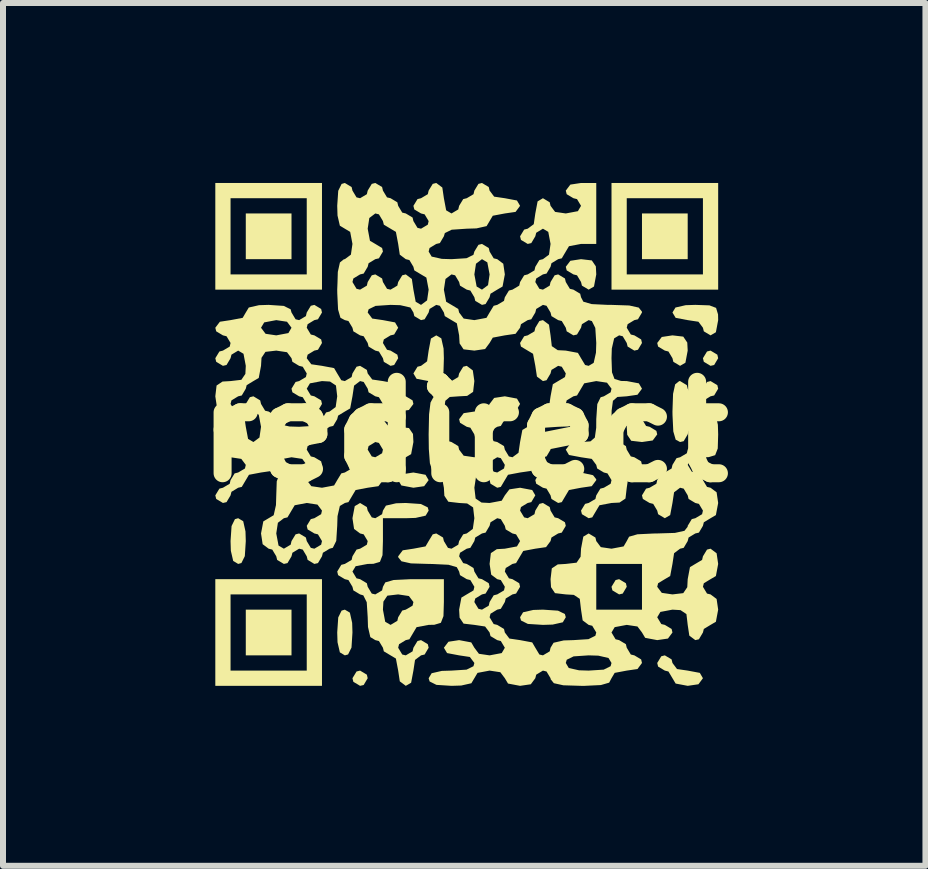
<source format=kicad_pcb>
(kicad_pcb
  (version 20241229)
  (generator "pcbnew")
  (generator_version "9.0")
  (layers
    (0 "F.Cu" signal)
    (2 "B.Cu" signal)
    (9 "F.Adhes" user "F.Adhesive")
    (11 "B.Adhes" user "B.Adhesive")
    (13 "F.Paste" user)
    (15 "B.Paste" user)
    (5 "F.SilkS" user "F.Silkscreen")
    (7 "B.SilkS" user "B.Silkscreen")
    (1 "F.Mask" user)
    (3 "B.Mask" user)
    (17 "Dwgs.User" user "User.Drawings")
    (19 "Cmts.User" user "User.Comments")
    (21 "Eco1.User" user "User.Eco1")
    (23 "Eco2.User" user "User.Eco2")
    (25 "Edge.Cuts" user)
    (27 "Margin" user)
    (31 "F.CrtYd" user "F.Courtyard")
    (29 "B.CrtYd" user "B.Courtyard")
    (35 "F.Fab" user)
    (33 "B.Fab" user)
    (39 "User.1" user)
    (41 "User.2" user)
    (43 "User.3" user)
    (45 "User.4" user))
  (footprint "redirect"
    (layer "F.Cu")
    (at 4.688 4.149)
    (property "Reference" "redirect" (at 0 0 0) (layer "F.SilkS") (effects (font (size 1.524 1.524) (thickness 0.3))))
    (attr board_only exclude_from_pos_files exclude_from_bom)
    (fp_poly (pts (xy -2.879 -2.879) (xy -3.641 -2.879) (xy -3.641 -3.641) (xy -2.879 -3.641)) (stroke (width 0) (type solid)) (fill yes) (layer "F.SilkS"))
    (fp_poly (pts (xy -2.879 3.725) (xy -3.641 3.725) (xy -3.641 2.963) (xy -2.879 2.963)) (stroke (width 0) (type solid)) (fill yes) (layer "F.SilkS"))
    (fp_poly (pts (xy 3.725 -2.879) (xy 2.963 -2.879) (xy 2.963 -3.641) (xy 3.725 -3.641)) (stroke (width 0) (type solid)) (fill yes) (layer "F.SilkS"))
    (fp_poly (pts (xy -1.623 4.047) (xy -1.609 4.106) (xy -1.676 4.219) (xy -1.736 4.233) (xy -1.848 4.166) (xy -1.863 4.106) (xy -1.795 3.994) (xy -1.736 3.979)) (stroke (width 0) (type solid)) (fill yes) (layer "F.SilkS"))
    (fp_poly (pts (xy -0.645 0.715) (xy -0.593 0.804) (xy -0.668 0.905) (xy -0.847 0.931) (xy -1.048 0.893) (xy -1.101 0.804) (xy -1.025 0.704) (xy -0.847 0.677)) (stroke (width 0) (type solid)) (fill yes) (layer "F.SilkS"))
    (fp_poly (pts (xy 2.695 2.523) (xy 2.709 2.582) (xy 2.642 2.695) (xy 2.582 2.709) (xy 2.47 2.642) (xy 2.455 2.582) (xy 2.523 2.47) (xy 2.582 2.455)) (stroke (width 0) (type solid)) (fill yes) (layer "F.SilkS"))
    (fp_poly (pts (xy 4.219 -1.287) (xy 4.233 -1.228) (xy 4.166 -1.115) (xy 4.106 -1.101) (xy 3.994 -1.168) (xy 3.979 -1.228) (xy 4.047 -1.34) (xy 4.106 -1.355)) (stroke (width 0) (type solid)) (fill yes) (layer "F.SilkS"))
    (fp_poly (pts (xy -2.371 -2.371) (xy -4.149 -2.371) (xy -4.149 -2.625) (xy -3.895 -2.625) (xy -2.625 -2.625) (xy -2.625 -3.895) (xy -3.895 -3.895) (xy -3.895 -2.625) (xy -4.149 -2.625) (xy -4.149 -4.149) (xy -2.371 -4.149)) (stroke (width 0) (type solid)) (fill yes) (layer "F.SilkS"))
    (fp_poly (pts (xy -2.371 4.233) (xy -4.149 4.233) (xy -4.149 3.979) (xy -3.895 3.979) (xy -2.625 3.979) (xy -2.625 2.709) (xy -3.895 2.709) (xy -3.895 3.979) (xy -4.149 3.979) (xy -4.149 2.455) (xy -2.371 2.455)) (stroke (width 0) (type solid)) (fill yes) (layer "F.SilkS"))
    (fp_poly (pts (xy 4.233 -2.371) (xy 2.455 -2.371) (xy 2.455 -2.625) (xy 2.709 -2.625) (xy 3.979 -2.625) (xy 3.979 -3.895) (xy 2.709 -3.895) (xy 2.709 -2.625) (xy 2.455 -2.625) (xy 2.455 -4.149) (xy 4.233 -4.149)) (stroke (width 0) (type solid)) (fill yes) (layer "F.SilkS"))
    (fp_poly (pts (xy -3.684 1.489) (xy -3.646 1.659) (xy -3.641 1.82) (xy -3.657 2.071) (xy -3.714 2.186) (xy -3.768 2.201) (xy -3.851 2.151) (xy -3.89 1.982) (xy -3.895 1.82) (xy -3.878 1.569) (xy -3.822 1.455) (xy -3.768 1.439)) (stroke (width 0) (type solid)) (fill yes) (layer "F.SilkS"))
    (fp_poly (pts (xy -1.906 3.013) (xy -1.868 3.183) (xy -1.863 3.344) (xy -1.879 3.595) (xy -1.936 3.71) (xy -1.99 3.725) (xy -2.073 3.675) (xy -2.112 3.506) (xy -2.117 3.344) (xy -2.1 3.093) (xy -2.044 2.979) (xy -1.99 2.963)) (stroke (width 0) (type solid)) (fill yes) (layer "F.SilkS"))
    (fp_poly (pts (xy 1.563 2.98) (xy 1.678 3.036) (xy 1.693 3.09) (xy 1.643 3.174) (xy 1.474 3.212) (xy 1.312 3.217) (xy 1.061 3.201) (xy 0.947 3.144) (xy 0.931 3.09) (xy 0.981 3.007) (xy 1.151 2.968) (xy 1.312 2.963)) (stroke (width 0) (type solid)) (fill yes) (layer "F.SilkS"))
    (fp_poly (pts (xy 2.127 -2.858) (xy 2.194 -2.759) (xy 2.201 -2.625) (xy 2.163 -2.423) (xy 2.074 -2.371) (xy 1.962 -2.438) (xy 1.947 -2.498) (xy 1.88 -2.61) (xy 1.82 -2.625) (xy 1.708 -2.692) (xy 1.693 -2.752) (xy 1.769 -2.852) (xy 1.947 -2.879)) (stroke (width 0) (type solid)) (fill yes) (layer "F.SilkS"))
    (fp_poly (pts (xy 2.949 -0.271) (xy 2.963 -0.212) (xy 3.031 -0.099) (xy 3.09 -0.085) (xy 3.203 -0.017) (xy 3.217 0.042) (xy 3.142 0.143) (xy 2.963 0.169) (xy 2.783 0.148) (xy 2.717 0.049) (xy 2.709 -0.085) (xy 2.747 -0.286) (xy 2.836 -0.339)) (stroke (width 0) (type solid)) (fill yes) (layer "F.SilkS"))
    (fp_poly (pts (xy 3.651 -1.588) (xy 3.718 -1.489) (xy 3.725 -1.355) (xy 3.687 -1.153) (xy 3.598 -1.101) (xy 3.486 -1.168) (xy 3.471 -1.228) (xy 3.404 -1.34) (xy 3.344 -1.355) (xy 3.232 -1.422) (xy 3.217 -1.482) (xy 3.293 -1.582) (xy 3.471 -1.609)) (stroke (width 0) (type solid)) (fill yes) (layer "F.SilkS"))
    (fp_poly (pts (xy -0.382 -1.559) (xy -0.344 -1.389) (xy -0.339 -1.228) (xy -0.346 -0.993) (xy -0.389 -0.882) (xy -0.497 -0.849) (xy -0.593 -0.847) (xy -0.794 -0.885) (xy -0.847 -0.974) (xy -0.779 -1.086) (xy -0.72 -1.101) (xy -0.619 -1.176) (xy -0.593 -1.355) (xy -0.555 -1.556) (xy -0.466 -1.609)) (stroke (width 0) (type solid)) (fill yes) (layer "F.SilkS"))
    (fp_poly (pts (xy 4.087 -2.109) (xy 4.198 -2.067) (xy 4.231 -1.958) (xy 4.233 -1.863) (xy 4.195 -1.661) (xy 4.106 -1.609) (xy 3.994 -1.676) (xy 3.979 -1.736) (xy 3.904 -1.836) (xy 3.725 -1.863) (xy 3.524 -1.901) (xy 3.471 -1.99) (xy 3.521 -2.073) (xy 3.691 -2.112) (xy 3.852 -2.117)) (stroke (width 0) (type solid)) (fill yes) (layer "F.SilkS"))
    (fp_poly (pts (xy 3.457 3.793) (xy 3.471 3.852) (xy 3.547 3.953) (xy 3.725 3.979) (xy 3.927 4.017) (xy 3.979 4.106) (xy 3.904 4.207) (xy 3.725 4.233) (xy 3.524 4.195) (xy 3.471 4.106) (xy 3.404 3.994) (xy 3.344 3.979) (xy 3.232 3.912) (xy 3.217 3.852) (xy 3.285 3.74) (xy 3.344 3.725)) (stroke (width 0) (type solid)) (fill yes) (layer "F.SilkS"))
    (fp_poly (pts (xy 1.988 0.687) (xy 2.147 0.722) (xy 2.2 0.789) (xy 2.201 0.804) (xy 2.126 0.905) (xy 1.947 0.931) (xy 1.746 0.969) (xy 1.693 1.058) (xy 1.626 1.171) (xy 1.566 1.185) (xy 1.454 1.118) (xy 1.439 1.058) (xy 1.372 0.946) (xy 1.312 0.931) (xy 1.2 0.864) (xy 1.185 0.804) (xy 1.224 0.731) (xy 1.363 0.691) (xy 1.632 0.678) (xy 1.693 0.677)) (stroke (width 0) (type solid)) (fill yes) (layer "F.SilkS"))
    (fp_poly (pts (xy -0.723 1.202) (xy -0.608 1.258) (xy -0.593 1.312) (xy -0.643 1.396) (xy -0.812 1.434) (xy -0.974 1.439) (xy -1.355 1.439) (xy -1.355 1.82) (xy -1.362 2.055) (xy -1.405 2.166) (xy -1.513 2.199) (xy -1.609 2.201) (xy -1.81 2.239) (xy -1.863 2.328) (xy -1.795 2.441) (xy -1.736 2.455) (xy -1.623 2.523) (xy -1.609 2.582) (xy -1.541 2.695) (xy -1.482 2.709) (xy -1.369 2.642) (xy -1.355 2.582) (xy -1.316 2.509) (xy -1.177 2.469) (xy -0.908 2.456) (xy -0.847 2.455) (xy -0.339 2.455) (xy -0.339 2.836) (xy -0.346 3.071) (xy -0.389 3.182) (xy -0.497 3.215) (xy -0.593 3.217) (xy -0.794 3.255) (xy -0.847 3.344) (xy -0.914 3.457) (xy -0.974 3.471) (xy -1.086 3.539) (xy -1.101 3.598) (xy -1.033 3.711) (xy -0.974 3.725) (xy -0.861 3.658) (xy -0.847 3.598) (xy -0.779 3.486) (xy -0.72 3.471) (xy -0.607 3.539) (xy -0.593 3.598) (xy -0.66 3.711) (xy -0.72 3.725) (xy -0.82 3.801) (xy -0.847 3.979) (xy -0.885 4.181) (xy -0.974 4.233) (xy -1.074 4.158) (xy -1.101 3.979) (xy -1.139 3.778) (xy -1.228 3.725) (xy -1.34 3.658) (xy -1.355 3.598) (xy -1.422 3.486) (xy -1.482 3.471) (xy -1.565 3.421) (xy -1.604 3.252) (xy -1.609 3.09) (xy -1.617 2.963) (xy -1.355 2.963) (xy -1.317 3.165) (xy -1.228 3.217) (xy -1.115 3.15) (xy -1.101 3.09) (xy -1.033 2.978) (xy -0.974 2.963) (xy -0.861 2.896) (xy -0.847 2.836) (xy -0.922 2.736) (xy -1.101 2.709) (xy -1.281 2.73) (xy -1.347 2.829) (xy -1.355 2.963) (xy -1.617 2.963) (xy -1.625 2.839) (xy -1.682 2.725) (xy -1.736 2.709) (xy -1.848 2.642) (xy -1.863 2.582) (xy -1.93 2.47) (xy -1.99 2.455) (xy -2.102 2.388) (xy -2.117 2.328) (xy -2.049 2.216) (xy -1.99 2.201) (xy -1.877 2.134) (xy -1.863 2.074) (xy -1.795 1.962) (xy -1.736 1.947) (xy -1.623 1.88) (xy -1.609 1.82) (xy -1.676 1.708) (xy -1.736 1.693) (xy -1.836 1.618) (xy -1.863 1.439) (xy -1.825 1.238) (xy -1.736 1.185) (xy -1.623 1.253) (xy -1.609 1.312) (xy -1.541 1.425) (xy -1.482 1.439) (xy -1.369 1.372) (xy -1.355 1.312) (xy -1.305 1.229) (xy -1.135 1.19) (xy -0.974 1.185)) (stroke (width 0) (type solid)) (fill yes) (layer "F.SilkS"))
    (fp_poly (pts (xy -1.369 -0.271) (xy -1.355 -0.212) (xy -1.279 -0.111) (xy -1.101 -0.085) (xy -0.921 -0.064) (xy -0.854 0.035) (xy -0.847 0.169) (xy -0.885 0.371) (xy -0.974 0.423) (xy -1.086 0.491) (xy -1.101 0.55) (xy -1.168 0.663) (xy -1.228 0.677) (xy -1.34 0.745) (xy -1.355 0.804) (xy -1.43 0.905) (xy -1.609 0.931) (xy -1.81 0.969) (xy -1.863 1.058) (xy -1.93 1.171) (xy -1.99 1.185) (xy -2.073 1.235) (xy -2.112 1.405) (xy -2.117 1.566) (xy -2.133 1.817) (xy -2.19 1.932) (xy -2.244 1.947) (xy -2.356 2.015) (xy -2.371 2.074) (xy -2.438 2.187) (xy -2.498 2.201) (xy -2.61 2.134) (xy -2.625 2.074) (xy -2.692 1.962) (xy -2.752 1.947) (xy -2.864 2.015) (xy -2.879 2.074) (xy -2.946 2.187) (xy -3.006 2.201) (xy -3.118 2.134) (xy -3.133 2.074) (xy -3.2 1.962) (xy -3.26 1.947) (xy -3.36 1.872) (xy -3.387 1.693) (xy -3.133 1.693) (xy -3.095 1.895) (xy -3.006 1.947) (xy -2.893 1.88) (xy -2.879 1.82) (xy -2.811 1.708) (xy -2.752 1.693) (xy -2.639 1.761) (xy -2.625 1.82) (xy -2.557 1.933) (xy -2.498 1.947) (xy -2.385 1.88) (xy -2.371 1.82) (xy -2.438 1.708) (xy -2.498 1.693) (xy -2.61 1.626) (xy -2.625 1.566) (xy -2.557 1.454) (xy -2.498 1.439) (xy -2.385 1.372) (xy -2.371 1.312) (xy -2.446 1.212) (xy -2.625 1.185) (xy -2.826 1.223) (xy -2.879 1.312) (xy -2.946 1.425) (xy -3.006 1.439) (xy -3.106 1.515) (xy -3.133 1.693) (xy -3.387 1.693) (xy -3.349 1.492) (xy -3.26 1.439) (xy -3.176 1.389) (xy -3.138 1.22) (xy -3.133 1.058) (xy -3.125 0.824) (xy -3.083 0.713) (xy -2.974 0.679) (xy -2.879 0.677) (xy -2.677 0.715) (xy -2.625 0.804) (xy -2.549 0.905) (xy -2.371 0.931) (xy -2.169 0.893) (xy -2.117 0.804) (xy -2.049 0.692) (xy -1.99 0.677) (xy -1.906 0.627) (xy -1.868 0.458) (xy -1.863 0.296) (xy -1.609 0.296) (xy -1.541 0.409) (xy -1.482 0.423) (xy -1.369 0.356) (xy -1.355 0.296) (xy -1.422 0.184) (xy -1.482 0.169) (xy -1.594 0.237) (xy -1.609 0.296) (xy -1.863 0.296) (xy -1.846 0.045) (xy -1.79 -0.069) (xy -1.736 -0.085) (xy -1.623 -0.152) (xy -1.609 -0.212) (xy -1.541 -0.324) (xy -1.482 -0.339)) (stroke (width 0) (type solid)) (fill yes) (layer "F.SilkS"))
    (fp_poly (pts (xy -2.385 -2.049) (xy -2.371 -1.99) (xy -2.438 -1.877) (xy -2.498 -1.863) (xy -2.61 -1.795) (xy -2.625 -1.736) (xy -2.557 -1.623) (xy -2.498 -1.609) (xy -2.385 -1.541) (xy -2.371 -1.482) (xy -2.438 -1.369) (xy -2.498 -1.355) (xy -2.61 -1.287) (xy -2.625 -1.228) (xy -2.549 -1.127) (xy -2.371 -1.101) (xy -2.169 -1.063) (xy -2.117 -0.974) (xy -2.049 -0.861) (xy -1.99 -0.847) (xy -1.877 -0.914) (xy -1.863 -0.974) (xy -1.795 -1.086) (xy -1.736 -1.101) (xy -1.623 -1.033) (xy -1.609 -0.974) (xy -1.533 -0.873) (xy -1.355 -0.847) (xy -1.153 -0.809) (xy -1.101 -0.72) (xy -1.033 -0.607) (xy -0.974 -0.593) (xy -0.861 -0.525) (xy -0.847 -0.466) (xy -0.922 -0.365) (xy -1.101 -0.339) (xy -1.302 -0.377) (xy -1.355 -0.466) (xy -1.422 -0.578) (xy -1.482 -0.593) (xy -1.594 -0.66) (xy -1.609 -0.72) (xy -1.676 -0.832) (xy -1.736 -0.847) (xy -1.836 -0.771) (xy -1.863 -0.593) (xy -1.901 -0.391) (xy -1.99 -0.339) (xy -2.102 -0.271) (xy -2.117 -0.212) (xy -2.184 -0.099) (xy -2.244 -0.085) (xy -2.356 -0.017) (xy -2.371 0.042) (xy -2.438 0.155) (xy -2.498 0.169) (xy -2.61 0.237) (xy -2.625 0.296) (xy -2.557 0.409) (xy -2.498 0.423) (xy -2.385 0.491) (xy -2.371 0.55) (xy -2.438 0.663) (xy -2.498 0.677) (xy -2.61 0.61) (xy -2.625 0.55) (xy -2.7 0.45) (xy -2.879 0.423) (xy -3.08 0.461) (xy -3.133 0.55) (xy -3.208 0.651) (xy -3.387 0.677) (xy -3.588 0.715) (xy -3.641 0.804) (xy -3.708 0.917) (xy -3.768 0.931) (xy -3.88 0.999) (xy -3.895 1.058) (xy -3.962 1.171) (xy -4.022 1.185) (xy -4.134 1.118) (xy -4.149 1.058) (xy -4.081 0.946) (xy -4.022 0.931) (xy -3.909 0.864) (xy -3.895 0.804) (xy -3.827 0.692) (xy -3.768 0.677) (xy -3.655 0.61) (xy -3.641 0.55) (xy -3.716 0.45) (xy -3.895 0.423) (xy -4.096 0.385) (xy -4.149 0.296) (xy -4.081 0.184) (xy -4.022 0.169) (xy -3.921 0.094) (xy -3.895 -0.085) (xy -3.933 -0.286) (xy -4.022 -0.339) (xy -4.122 -0.414) (xy -4.13 -0.466) (xy -3.895 -0.466) (xy -3.827 -0.353) (xy -3.768 -0.339) (xy -3.667 -0.263) (xy -3.641 -0.085) (xy -3.603 0.117) (xy -3.514 0.169) (xy -3.413 0.094) (xy -3.387 -0.085) (xy -3.425 -0.286) (xy -3.514 -0.339) (xy -3.626 -0.406) (xy -3.641 -0.466) (xy -3.573 -0.578) (xy -3.514 -0.593) (xy -3.401 -0.525) (xy -3.387 -0.466) (xy -3.319 -0.353) (xy -3.26 -0.339) (xy -3.147 -0.271) (xy -3.133 -0.212) (xy -3.083 -0.128) (xy -2.913 -0.09) (xy -2.752 -0.085) (xy -2.501 -0.101) (xy -2.386 -0.158) (xy -2.371 -0.212) (xy -2.303 -0.324) (xy -2.244 -0.339) (xy -2.143 -0.414) (xy -2.117 -0.593) (xy -2.138 -0.773) (xy -2.237 -0.839) (xy -2.371 -0.847) (xy -2.572 -0.809) (xy -2.625 -0.72) (xy -2.557 -0.607) (xy -2.498 -0.593) (xy -2.385 -0.525) (xy -2.371 -0.466) (xy -2.438 -0.353) (xy -2.498 -0.339) (xy -2.61 -0.406) (xy -2.625 -0.466) (xy -2.692 -0.578) (xy -2.752 -0.593) (xy -2.864 -0.66) (xy -2.879 -0.72) (xy -2.811 -0.832) (xy -2.752 -0.847) (xy -2.639 -0.914) (xy -2.625 -0.974) (xy -2.692 -1.086) (xy -2.752 -1.101) (xy -2.864 -1.168) (xy -2.879 -1.228) (xy -2.954 -1.328) (xy -3.133 -1.355) (xy -3.313 -1.334) (xy -3.379 -1.235) (xy -3.387 -1.101) (xy -3.425 -0.899) (xy -3.514 -0.847) (xy -3.626 -0.779) (xy -3.641 -0.72) (xy -3.708 -0.607) (xy -3.768 -0.593) (xy -3.88 -0.525) (xy -3.895 -0.466) (xy -4.13 -0.466) (xy -4.149 -0.593) (xy -4.128 -0.773) (xy -4.029 -0.839) (xy -3.895 -0.847) (xy -3.715 -0.868) (xy -3.648 -0.967) (xy -3.641 -1.101) (xy -3.679 -1.302) (xy -3.768 -1.355) (xy -3.88 -1.287) (xy -3.895 -1.228) (xy -3.962 -1.115) (xy -4.022 -1.101) (xy -4.134 -1.168) (xy -4.149 -1.228) (xy -4.081 -1.34) (xy -4.022 -1.355) (xy -3.909 -1.422) (xy -3.895 -1.482) (xy -3.962 -1.594) (xy -4.022 -1.609) (xy -4.134 -1.676) (xy -4.149 -1.736) (xy -3.387 -1.736) (xy -3.311 -1.635) (xy -3.133 -1.609) (xy -2.931 -1.647) (xy -2.879 -1.736) (xy -2.954 -1.836) (xy -3.133 -1.863) (xy -3.334 -1.825) (xy -3.387 -1.736) (xy -4.149 -1.736) (xy -4.073 -1.836) (xy -3.895 -1.863) (xy -3.693 -1.901) (xy -3.641 -1.99) (xy -3.591 -2.073) (xy -3.421 -2.112) (xy -3.26 -2.117) (xy -3.009 -2.1) (xy -2.894 -2.044) (xy -2.879 -1.99) (xy -2.811 -1.877) (xy -2.752 -1.863) (xy -2.639 -1.93) (xy -2.625 -1.99) (xy -2.557 -2.102) (xy -2.498 -2.117)) (stroke (width 0) (type solid)) (fill yes) (layer "F.SilkS"))
    (fp_poly (pts (xy 2.201 -3.133) (xy 1.947 -3.133) (xy 1.746 -3.095) (xy 1.693 -3.006) (xy 1.626 -2.893) (xy 1.566 -2.879) (xy 1.454 -2.811) (xy 1.439 -2.752) (xy 1.372 -2.639) (xy 1.312 -2.625) (xy 1.2 -2.557) (xy 1.185 -2.498) (xy 1.253 -2.385) (xy 1.312 -2.371) (xy 1.425 -2.438) (xy 1.439 -2.498) (xy 1.507 -2.61) (xy 1.566 -2.625) (xy 1.679 -2.557) (xy 1.693 -2.498) (xy 1.761 -2.385) (xy 1.82 -2.371) (xy 1.933 -2.303) (xy 1.947 -2.244) (xy 1.986 -2.17) (xy 2.125 -2.13) (xy 2.394 -2.117) (xy 2.455 -2.117) (xy 2.75 -2.107) (xy 2.909 -2.072) (xy 2.962 -2.005) (xy 2.963 -1.99) (xy 2.896 -1.877) (xy 2.836 -1.863) (xy 2.724 -1.795) (xy 2.709 -1.736) (xy 2.777 -1.623) (xy 2.836 -1.609) (xy 2.949 -1.541) (xy 2.963 -1.482) (xy 2.896 -1.369) (xy 2.836 -1.355) (xy 2.724 -1.422) (xy 2.709 -1.482) (xy 2.642 -1.594) (xy 2.582 -1.609) (xy 2.499 -1.559) (xy 2.46 -1.389) (xy 2.455 -1.228) (xy 2.463 -0.993) (xy 2.505 -0.882) (xy 2.614 -0.849) (xy 2.709 -0.847) (xy 2.911 -0.809) (xy 2.963 -0.72) (xy 2.888 -0.619) (xy 2.709 -0.593) (xy 2.553 -0.582) (xy 2.479 -0.518) (xy 2.457 -0.355) (xy 2.455 -0.212) (xy 2.472 0.039) (xy 2.528 0.154) (xy 2.582 0.169) (xy 2.695 0.237) (xy 2.709 0.296) (xy 2.777 0.409) (xy 2.836 0.423) (xy 2.949 0.491) (xy 2.963 0.55) (xy 2.896 0.663) (xy 2.836 0.677) (xy 2.736 0.753) (xy 2.709 0.931) (xy 2.688 1.111) (xy 2.589 1.178) (xy 2.455 1.185) (xy 2.254 1.223) (xy 2.201 1.312) (xy 2.134 1.425) (xy 2.074 1.439) (xy 1.962 1.372) (xy 1.947 1.312) (xy 2.015 1.2) (xy 2.074 1.185) (xy 2.187 1.118) (xy 2.201 1.058) (xy 2.269 0.946) (xy 2.328 0.931) (xy 2.441 0.864) (xy 2.455 0.804) (xy 2.388 0.692) (xy 2.328 0.677) (xy 2.216 0.61) (xy 2.201 0.55) (xy 2.126 0.45) (xy 1.947 0.423) (xy 1.746 0.385) (xy 1.693 0.296) (xy 1.769 0.196) (xy 1.947 0.169) (xy 2.104 0.158) (xy 2.177 0.095) (xy 2.2 -0.068) (xy 2.201 -0.212) (xy 2.218 -0.463) (xy 2.274 -0.577) (xy 2.328 -0.593) (xy 2.441 -0.66) (xy 2.455 -0.72) (xy 2.38 -0.82) (xy 2.201 -0.847) (xy 2 -0.809) (xy 1.947 -0.72) (xy 1.88 -0.607) (xy 1.82 -0.593) (xy 1.708 -0.525) (xy 1.693 -0.466) (xy 1.761 -0.353) (xy 1.82 -0.339) (xy 1.933 -0.271) (xy 1.947 -0.212) (xy 1.897 -0.128) (xy 1.728 -0.09) (xy 1.566 -0.085) (xy 1.315 -0.068) (xy 1.201 -0.012) (xy 1.185 0.042) (xy 1.253 0.155) (xy 1.312 0.169) (xy 1.425 0.237) (xy 1.439 0.296) (xy 1.372 0.409) (xy 1.312 0.423) (xy 1.2 0.491) (xy 1.185 0.55) (xy 1.11 0.651) (xy 0.931 0.677) (xy 0.73 0.715) (xy 0.677 0.804) (xy 0.61 0.917) (xy 0.55 0.931) (xy 0.438 0.864) (xy 0.423 0.804) (xy 0.356 0.692) (xy 0.296 0.677) (xy 0.196 0.753) (xy 0.169 0.931) (xy 0.19 1.111) (xy 0.289 1.178) (xy 0.423 1.185) (xy 0.625 1.147) (xy 0.677 1.058) (xy 0.753 0.958) (xy 0.931 0.931) (xy 1.133 0.969) (xy 1.185 1.058) (xy 1.118 1.171) (xy 1.058 1.185) (xy 0.946 1.253) (xy 0.931 1.312) (xy 0.999 1.425) (xy 1.058 1.439) (xy 1.171 1.372) (xy 1.185 1.312) (xy 1.253 1.2) (xy 1.312 1.185) (xy 1.425 1.253) (xy 1.439 1.312) (xy 1.507 1.425) (xy 1.566 1.439) (xy 1.679 1.507) (xy 1.693 1.566) (xy 1.626 1.679) (xy 1.566 1.693) (xy 1.454 1.761) (xy 1.439 1.82) (xy 1.364 1.921) (xy 1.185 1.947) (xy 0.984 1.985) (xy 0.931 2.074) (xy 0.864 2.187) (xy 0.804 2.201) (xy 0.692 2.269) (xy 0.677 2.328) (xy 0.745 2.441) (xy 0.804 2.455) (xy 0.917 2.523) (xy 0.931 2.582) (xy 0.864 2.695) (xy 0.804 2.709) (xy 0.692 2.777) (xy 0.677 2.836) (xy 0.61 2.949) (xy 0.55 2.963) (xy 0.438 3.031) (xy 0.423 3.09) (xy 0.491 3.203) (xy 0.55 3.217) (xy 0.663 3.285) (xy 0.677 3.344) (xy 0.753 3.445) (xy 0.931 3.471) (xy 1.133 3.509) (xy 1.185 3.598) (xy 1.253 3.711) (xy 1.312 3.725) (xy 1.425 3.658) (xy 1.439 3.598) (xy 1.489 3.515) (xy 1.659 3.476) (xy 1.82 3.471) (xy 2.071 3.455) (xy 2.186 3.398) (xy 2.201 3.344) (xy 2.134 3.232) (xy 2.074 3.217) (xy 1.974 3.142) (xy 1.947 2.963) (xy 2.201 2.963) (xy 2.963 2.963) (xy 2.963 2.201) (xy 2.201 2.201) (xy 2.201 2.963) (xy 1.947 2.963) (xy 1.926 2.783) (xy 1.827 2.717) (xy 1.693 2.709) (xy 1.513 2.688) (xy 1.447 2.589) (xy 1.439 2.455) (xy 1.46 2.275) (xy 1.559 2.209) (xy 1.693 2.201) (xy 1.873 2.18) (xy 1.94 2.081) (xy 1.947 1.947) (xy 1.985 1.746) (xy 2.074 1.693) (xy 2.187 1.761) (xy 2.201 1.82) (xy 2.277 1.921) (xy 2.455 1.947) (xy 2.657 1.909) (xy 2.709 1.82) (xy 2.748 1.747) (xy 2.887 1.707) (xy 3.156 1.694) (xy 3.217 1.693) (xy 3.512 1.684) (xy 3.671 1.649) (xy 3.724 1.582) (xy 3.725 1.566) (xy 3.793 1.454) (xy 3.852 1.439) (xy 3.965 1.372) (xy 3.979 1.312) (xy 3.912 1.2) (xy 3.852 1.185) (xy 3.74 1.118) (xy 3.725 1.058) (xy 3.658 0.946) (xy 3.598 0.931) (xy 3.498 1.007) (xy 3.471 1.185) (xy 3.433 1.387) (xy 3.344 1.439) (xy 3.232 1.372) (xy 3.217 1.312) (xy 3.15 1.2) (xy 3.09 1.185) (xy 2.978 1.118) (xy 2.963 1.058) (xy 3.031 0.946) (xy 3.09 0.931) (xy 3.203 0.864) (xy 3.217 0.804) (xy 3.285 0.692) (xy 3.344 0.677) (xy 3.457 0.61) (xy 3.471 0.55) (xy 3.539 0.438) (xy 3.598 0.423) (xy 3.711 0.356) (xy 3.725 0.296) (xy 3.793 0.184) (xy 3.852 0.169) (xy 3.965 0.102) (xy 3.979 0.042) (xy 3.912 -0.07) (xy 3.852 -0.085) (xy 3.74 -0.017) (xy 3.725 0.042) (xy 3.658 0.155) (xy 3.598 0.169) (xy 3.525 0.13) (xy 3.485 -0.008) (xy 3.472 -0.277) (xy 3.471 -0.339) (xy 3.481 -0.634) (xy 3.516 -0.792) (xy 3.583 -0.846) (xy 3.598 -0.847) (xy 3.711 -0.779) (xy 3.725 -0.72) (xy 3.793 -0.607) (xy 3.852 -0.593) (xy 3.965 -0.66) (xy 3.979 -0.72) (xy 4.047 -0.832) (xy 4.106 -0.847) (xy 4.219 -0.779) (xy 4.233 -0.72) (xy 4.166 -0.607) (xy 4.106 -0.593) (xy 3.994 -0.525) (xy 3.979 -0.466) (xy 4.047 -0.353) (xy 4.106 -0.339) (xy 4.19 -0.289) (xy 4.228 -0.119) (xy 4.233 0.042) (xy 4.226 0.277) (xy 4.183 0.388) (xy 4.075 0.421) (xy 3.979 0.423) (xy 3.778 0.461) (xy 3.725 0.55) (xy 3.793 0.663) (xy 3.852 0.677) (xy 3.965 0.745) (xy 3.979 0.804) (xy 4.047 0.917) (xy 4.106 0.931) (xy 4.207 1.007) (xy 4.233 1.185) (xy 4.195 1.387) (xy 4.106 1.439) (xy 3.994 1.507) (xy 3.979 1.566) (xy 3.912 1.679) (xy 3.852 1.693) (xy 3.74 1.761) (xy 3.725 1.82) (xy 3.658 1.933) (xy 3.598 1.947) (xy 3.498 2.023) (xy 3.471 2.201) (xy 3.433 2.403) (xy 3.344 2.455) (xy 3.232 2.523) (xy 3.217 2.582) (xy 3.293 2.683) (xy 3.471 2.709) (xy 3.651 2.688) (xy 3.718 2.589) (xy 3.725 2.455) (xy 3.763 2.254) (xy 3.852 2.201) (xy 3.965 2.134) (xy 3.979 2.074) (xy 4.047 1.962) (xy 4.106 1.947) (xy 4.207 2.023) (xy 4.233 2.201) (xy 4.195 2.403) (xy 4.106 2.455) (xy 3.994 2.523) (xy 3.979 2.582) (xy 4.047 2.695) (xy 4.106 2.709) (xy 4.207 2.785) (xy 4.233 2.963) (xy 4.195 3.165) (xy 4.106 3.217) (xy 3.994 3.285) (xy 3.979 3.344) (xy 3.912 3.457) (xy 3.852 3.471) (xy 3.752 3.396) (xy 3.725 3.217) (xy 3.704 3.037) (xy 3.605 2.971) (xy 3.471 2.963) (xy 3.27 3.001) (xy 3.217 3.09) (xy 3.285 3.203) (xy 3.344 3.217) (xy 3.457 3.285) (xy 3.471 3.344) (xy 3.396 3.445) (xy 3.217 3.471) (xy 3.016 3.433) (xy 2.963 3.344) (xy 2.888 3.244) (xy 2.709 3.217) (xy 2.508 3.255) (xy 2.455 3.344) (xy 2.523 3.457) (xy 2.582 3.471) (xy 2.695 3.539) (xy 2.709 3.598) (xy 2.777 3.711) (xy 2.836 3.725) (xy 2.949 3.793) (xy 2.963 3.852) (xy 2.888 3.953) (xy 2.709 3.979) (xy 2.508 4.017) (xy 2.455 4.106) (xy 2.416 4.18) (xy 2.278 4.22) (xy 2.009 4.233) (xy 1.947 4.233) (xy 1.652 4.224) (xy 1.494 4.189) (xy 1.44 4.122) (xy 1.439 4.106) (xy 1.372 3.994) (xy 1.312 3.979) (xy 1.2 4.047) (xy 1.185 4.106) (xy 1.11 4.207) (xy 0.931 4.233) (xy 0.73 4.195) (xy 0.677 4.106) (xy 0.602 4.006) (xy 0.423 3.979) (xy 0.222 4.017) (xy 0.169 4.106) (xy 0.119 4.19) (xy -0.05 4.228) (xy -0.212 4.233) (xy -0.463 4.217) (xy -0.577 4.16) (xy -0.593 4.106) (xy -0.543 4.023) (xy -0.373 3.984) (xy -0.212 3.979) (xy 0.039 3.963) (xy 0.154 3.906) (xy 0.169 3.852) (xy 1.693 3.852) (xy 1.743 3.936) (xy 1.913 3.974) (xy 2.074 3.979) (xy 2.325 3.963) (xy 2.44 3.906) (xy 2.455 3.852) (xy 2.405 3.769) (xy 2.236 3.73) (xy 2.074 3.725) (xy 1.823 3.742) (xy 1.709 3.798) (xy 1.693 3.852) (xy 0.169 3.852) (xy 0.094 3.752) (xy -0.085 3.725) (xy -0.286 3.687) (xy -0.339 3.598) (xy -0.263 3.498) (xy -0.085 3.471) (xy 0.117 3.509) (xy 0.169 3.598) (xy 0.245 3.699) (xy 0.423 3.725) (xy 0.625 3.687) (xy 0.677 3.598) (xy 0.61 3.486) (xy 0.55 3.471) (xy 0.438 3.404) (xy 0.423 3.344) (xy 0.348 3.244) (xy 0.169 3.217) (xy -0.011 3.196) (xy -0.077 3.097) (xy -0.085 2.963) (xy -0.047 2.762) (xy 0.042 2.709) (xy 0.155 2.642) (xy 0.169 2.582) (xy 0.102 2.47) (xy 0.042 2.455) (xy -0.07 2.388) (xy -0.085 2.328) (xy -0.124 2.255) (xy -0.262 2.215) (xy -0.531 2.202) (xy -0.593 2.201) (xy -0.888 2.192) (xy -1.046 2.157) (xy -1.1 2.09) (xy -1.101 2.074) (xy -0.085 2.074) (xy -0.017 2.187) (xy 0.042 2.201) (xy 0.155 2.269) (xy 0.169 2.328) (xy 0.237 2.441) (xy 0.296 2.455) (xy 0.409 2.523) (xy 0.423 2.582) (xy 0.356 2.695) (xy 0.296 2.709) (xy 0.184 2.777) (xy 0.169 2.836) (xy 0.237 2.949) (xy 0.296 2.963) (xy 0.409 2.896) (xy 0.423 2.836) (xy 0.491 2.724) (xy 0.55 2.709) (xy 0.663 2.642) (xy 0.677 2.582) (xy 0.61 2.47) (xy 0.55 2.455) (xy 0.45 2.38) (xy 0.423 2.201) (xy 0.444 2.021) (xy 0.543 1.955) (xy 0.677 1.947) (xy 0.879 1.909) (xy 0.931 1.82) (xy 0.864 1.708) (xy 0.804 1.693) (xy 0.692 1.626) (xy 0.677 1.566) (xy 0.61 1.454) (xy 0.55 1.439) (xy 0.438 1.507) (xy 0.423 1.566) (xy 0.356 1.679) (xy 0.296 1.693) (xy 0.184 1.761) (xy 0.169 1.82) (xy 0.102 1.933) (xy 0.042 1.947) (xy -0.07 2.015) (xy -0.085 2.074) (xy -1.101 2.074) (xy -1.025 1.974) (xy -0.847 1.947) (xy -0.645 1.909) (xy -0.593 1.82) (xy -0.525 1.708) (xy -0.466 1.693) (xy -0.353 1.761) (xy -0.339 1.82) (xy -0.271 1.933) (xy -0.212 1.947) (xy -0.099 1.88) (xy -0.085 1.82) (xy -0.017 1.708) (xy 0.042 1.693) (xy 0.143 1.618) (xy 0.169 1.439) (xy 0.148 1.259) (xy 0.049 1.193) (xy -0.085 1.185) (xy -0.265 1.164) (xy -0.331 1.065) (xy -0.339 0.931) (xy -0.377 0.73) (xy -0.466 0.677) (xy -0.533 0.644) (xy -0.563 0.55) (xy 0.423 0.55) (xy 0.491 0.663) (xy 0.55 0.677) (xy 0.663 0.61) (xy 0.677 0.55) (xy 0.61 0.438) (xy 0.55 0.423) (xy 0.438 0.491) (xy 0.423 0.55) (xy -0.563 0.55) (xy -0.572 0.524) (xy -0.59 0.286) (xy -0.593 0.042) (xy -0.586 -0.293) (xy -0.562 -0.489) (xy -0.514 -0.578) (xy -0.466 -0.593) (xy -0.353 -0.66) (xy -0.339 -0.72) (xy -0.271 -0.832) (xy -0.212 -0.847) (xy -0.099 -0.914) (xy -0.085 -0.974) (xy -0.017 -1.086) (xy 0.042 -1.101) (xy 0.143 -1.025) (xy 0.169 -0.847) (xy 0.148 -0.667) (xy 0.049 -0.6) (xy -0.085 -0.593) (xy -0.241 -0.582) (xy -0.315 -0.518) (xy -0.337 -0.355) (xy -0.339 -0.212) (xy -0.322 0.039) (xy -0.266 0.154) (xy -0.212 0.169) (xy -0.099 0.237) (xy -0.085 0.296) (xy -0.009 0.397) (xy 0.169 0.423) (xy 0.371 0.385) (xy 0.423 0.296) (xy 0.356 0.184) (xy 0.296 0.169) (xy 0.184 0.102) (xy 0.169 0.042) (xy 0.102 -0.07) (xy 0.042 -0.085) (xy -0.07 -0.152) (xy -0.085 -0.212) (xy -0.009 -0.312) (xy 0.169 -0.339) (xy 0.371 -0.377) (xy 0.423 -0.466) (xy 0.499 -0.566) (xy 0.677 -0.593) (xy 0.879 -0.555) (xy 0.931 -0.466) (xy 0.864 -0.353) (xy 0.804 -0.339) (xy 0.692 -0.271) (xy 0.677 -0.212) (xy 0.61 -0.099) (xy 0.55 -0.085) (xy 0.438 -0.017) (xy 0.423 0.042) (xy 0.491 0.155) (xy 0.55 0.169) (xy 0.663 0.237) (xy 0.677 0.296) (xy 0.745 0.409) (xy 0.804 0.423) (xy 0.905 0.348) (xy 0.931 0.169) (xy 0.969 -0.032) (xy 1.058 -0.085) (xy 1.171 -0.152) (xy 1.185 -0.212) (xy 1.253 -0.324) (xy 1.312 -0.339) (xy 1.413 -0.414) (xy 1.439 -0.593) (xy 1.477 -0.794) (xy 1.566 -0.847) (xy 1.679 -0.914) (xy 1.693 -0.974) (xy 1.626 -1.086) (xy 1.566 -1.101) (xy 1.454 -1.033) (xy 1.439 -0.974) (xy 1.372 -0.861) (xy 1.312 -0.847) (xy 1.212 -0.922) (xy 1.185 -1.101) (xy 1.147 -1.302) (xy 1.058 -1.355) (xy 0.946 -1.422) (xy 0.931 -1.482) (xy 0.999 -1.594) (xy 1.058 -1.609) (xy 1.171 -1.676) (xy 1.185 -1.736) (xy 1.253 -1.848) (xy 1.312 -1.863) (xy 1.413 -1.787) (xy 1.439 -1.609) (xy 1.46 -1.429) (xy 1.559 -1.362) (xy 1.693 -1.355) (xy 1.895 -1.317) (xy 1.947 -1.228) (xy 2.015 -1.115) (xy 2.074 -1.101) (xy 2.158 -1.151) (xy 2.196 -1.32) (xy 2.201 -1.482) (xy 2.185 -1.733) (xy 2.128 -1.847) (xy 2.074 -1.863) (xy 1.962 -1.795) (xy 1.947 -1.736) (xy 1.88 -1.623) (xy 1.82 -1.609) (xy 1.708 -1.676) (xy 1.693 -1.736) (xy 1.626 -1.848) (xy 1.566 -1.863) (xy 1.454 -1.93) (xy 1.439 -1.99) (xy 1.372 -2.102) (xy 1.312 -2.117) (xy 1.2 -2.049) (xy 1.185 -1.99) (xy 1.118 -1.877) (xy 1.058 -1.863) (xy 0.946 -1.795) (xy 0.931 -1.736) (xy 0.856 -1.635) (xy 0.677 -1.609) (xy 0.476 -1.571) (xy 0.423 -1.482) (xy 0.348 -1.381) (xy 0.169 -1.355) (xy -0.011 -1.376) (xy -0.077 -1.475) (xy -0.085 -1.609) (xy -0.123 -1.81) (xy -0.212 -1.863) (xy -0.324 -1.93) (xy -0.339 -1.99) (xy -0.406 -2.102) (xy -0.466 -2.117) (xy -0.578 -2.049) (xy -0.593 -1.99) (xy -0.66 -1.877) (xy -0.72 -1.863) (xy -0.832 -1.93) (xy -0.847 -1.99) (xy -0.897 -2.073) (xy -1.066 -2.112) (xy -1.228 -2.117) (xy -1.479 -2.1) (xy -1.593 -2.044) (xy -1.609 -1.99) (xy -1.533 -1.889) (xy -1.355 -1.863) (xy -1.153 -1.825) (xy -1.101 -1.736) (xy -1.168 -1.623) (xy -1.228 -1.609) (xy -1.34 -1.541) (xy -1.355 -1.482) (xy -1.287 -1.369) (xy -1.228 -1.355) (xy -1.115 -1.287) (xy -1.101 -1.228) (xy -1.168 -1.115) (xy -1.228 -1.101) (xy -1.34 -1.168) (xy -1.355 -1.228) (xy -1.422 -1.34) (xy -1.482 -1.355) (xy -1.594 -1.422) (xy -1.609 -1.482) (xy -1.676 -1.594) (xy -1.736 -1.609) (xy -1.848 -1.676) (xy -1.863 -1.736) (xy -1.93 -1.848) (xy -1.99 -1.863) (xy -2.063 -1.902) (xy -2.103 -2.04) (xy -2.116 -2.309) (xy -2.117 -2.371) (xy -2.112 -2.498) (xy -1.863 -2.498) (xy -1.795 -2.385) (xy -1.736 -2.371) (xy -1.623 -2.438) (xy -1.609 -2.498) (xy -1.541 -2.61) (xy -1.482 -2.625) (xy -1.369 -2.557) (xy -1.355 -2.498) (xy -1.287 -2.385) (xy -1.228 -2.371) (xy -1.115 -2.438) (xy -1.101 -2.498) (xy -1.033 -2.61) (xy -0.974 -2.625) (xy -0.873 -2.549) (xy -0.847 -2.371) (xy -0.809 -2.169) (xy -0.72 -2.117) (xy -0.619 -2.192) (xy -0.593 -2.371) (xy -0.631 -2.572) (xy -0.72 -2.625) (xy -0.832 -2.692) (xy -0.847 -2.752) (xy -0.914 -2.864) (xy -0.974 -2.879) (xy -1.074 -2.954) (xy -1.101 -3.133) (xy -1.139 -3.334) (xy -1.228 -3.387) (xy -1.34 -3.454) (xy -1.355 -3.514) (xy -1.422 -3.626) (xy -1.482 -3.641) (xy -1.582 -3.565) (xy -1.609 -3.387) (xy -1.571 -3.185) (xy -1.482 -3.133) (xy -1.369 -3.065) (xy -1.355 -3.006) (xy -1.422 -2.893) (xy -1.482 -2.879) (xy -1.594 -2.811) (xy -1.609 -2.752) (xy -1.676 -2.639) (xy -1.736 -2.625) (xy -1.848 -2.557) (xy -1.863 -2.498) (xy -2.112 -2.498) (xy -2.107 -2.666) (xy -2.072 -2.824) (xy -2.005 -2.878) (xy -1.99 -2.879) (xy -1.889 -2.954) (xy -1.863 -3.133) (xy -1.901 -3.334) (xy -1.99 -3.387) (xy -2.073 -3.437) (xy -2.112 -3.606) (xy -2.117 -3.768) (xy -2.1 -4.019) (xy -2.044 -4.133) (xy -1.99 -4.149) (xy -1.877 -4.081) (xy -1.863 -4.022) (xy -1.795 -3.909) (xy -1.736 -3.895) (xy -1.623 -3.962) (xy -1.609 -4.022) (xy -1.541 -4.134) (xy -1.482 -4.149) (xy -1.369 -4.081) (xy -1.355 -4.022) (xy -1.287 -3.909) (xy -1.228 -3.895) (xy -1.115 -3.827) (xy -1.101 -3.768) (xy -1.033 -3.655) (xy -0.974 -3.641) (xy -0.861 -3.573) (xy -0.847 -3.514) (xy -0.779 -3.401) (xy -0.72 -3.387) (xy -0.607 -3.454) (xy -0.593 -3.514) (xy -0.66 -3.626) (xy -0.72 -3.641) (xy -0.832 -3.708) (xy -0.847 -3.768) (xy -0.779 -3.88) (xy -0.72 -3.895) (xy -0.607 -3.962) (xy -0.593 -4.022) (xy -0.525 -4.134) (xy -0.466 -4.149) (xy -0.365 -4.073) (xy -0.339 -3.895) (xy -0.301 -3.693) (xy -0.212 -3.641) (xy -0.099 -3.708) (xy -0.085 -3.768) (xy -0.017 -3.88) (xy 0.042 -3.895) (xy 0.155 -3.962) (xy 0.169 -4.022) (xy 0.237 -4.134) (xy 0.296 -4.149) (xy 0.409 -4.081) (xy 0.423 -4.022) (xy 0.499 -3.921) (xy 0.677 -3.895) (xy 0.879 -3.857) (xy 0.931 -3.768) (xy 0.856 -3.667) (xy 0.677 -3.641) (xy 0.476 -3.603) (xy 0.423 -3.514) (xy 0.373 -3.43) (xy 0.204 -3.392) (xy 0.042 -3.387) (xy -0.209 -3.37) (xy -0.323 -3.314) (xy -0.339 -3.26) (xy -0.406 -3.147) (xy -0.466 -3.133) (xy -0.578 -3.065) (xy -0.593 -3.006) (xy -0.543 -2.922) (xy -0.373 -2.884) (xy -0.212 -2.879) (xy 0.039 -2.895) (xy 0.154 -2.952) (xy 0.169 -3.006) (xy 0.237 -3.118) (xy 0.296 -3.133) (xy 0.409 -3.065) (xy 0.423 -3.006) (xy 0.491 -2.893) (xy 0.55 -2.879) (xy 0.651 -2.803) (xy 0.677 -2.625) (xy 0.639 -2.423) (xy 0.55 -2.371) (xy 0.438 -2.303) (xy 0.423 -2.244) (xy 0.356 -2.131) (xy 0.296 -2.117) (xy 0.184 -2.184) (xy 0.169 -2.244) (xy 0.102 -2.356) (xy 0.042 -2.371) (xy -0.07 -2.438) (xy -0.085 -2.498) (xy -0.152 -2.61) (xy -0.212 -2.625) (xy 0.169 -2.625) (xy 0.207 -2.423) (xy 0.296 -2.371) (xy 0.397 -2.446) (xy 0.423 -2.625) (xy 0.385 -2.826) (xy 0.296 -2.879) (xy 0.196 -2.803) (xy 0.169 -2.625) (xy -0.212 -2.625) (xy -0.312 -2.549) (xy -0.339 -2.371) (xy -0.301 -2.169) (xy -0.212 -2.117) (xy -0.099 -2.049) (xy -0.085 -1.99) (xy -0.009 -1.889) (xy 0.169 -1.863) (xy 0.371 -1.901) (xy 0.423 -1.99) (xy 0.491 -2.102) (xy 0.55 -2.117) (xy 0.663 -2.184) (xy 0.677 -2.244) (xy 0.745 -2.356) (xy 0.804 -2.371) (xy 0.917 -2.438) (xy 0.931 -2.498) (xy 0.999 -2.61) (xy 1.058 -2.625) (xy 1.171 -2.692) (xy 1.185 -2.752) (xy 1.253 -2.864) (xy 1.312 -2.879) (xy 1.413 -2.954) (xy 1.439 -3.133) (xy 1.401 -3.334) (xy 1.312 -3.387) (xy 1.2 -3.319) (xy 1.185 -3.26) (xy 1.118 -3.147) (xy 1.058 -3.133) (xy 0.946 -3.2) (xy 0.931 -3.26) (xy 0.999 -3.372) (xy 1.058 -3.387) (xy 1.159 -3.462) (xy 1.185 -3.641) (xy 1.223 -3.842) (xy 1.312 -3.895) (xy 1.425 -3.827) (xy 1.439 -3.768) (xy 1.515 -3.667) (xy 1.693 -3.641) (xy 1.895 -3.679) (xy 1.947 -3.768) (xy 1.88 -3.88) (xy 1.82 -3.895) (xy 1.708 -3.962) (xy 1.693 -4.022) (xy 1.769 -4.122) (xy 1.947 -4.149) (xy 2.201 -4.149)) (stroke (width 0) (type solid)) (fill yes) (layer "F.SilkS")))
  (gr_rect
    (start -3 -3)
    (end 12.376 11.382)
    (stroke (width 0.1) (type default))
    (fill no)
    (layer "Edge.Cuts")))
</source>
